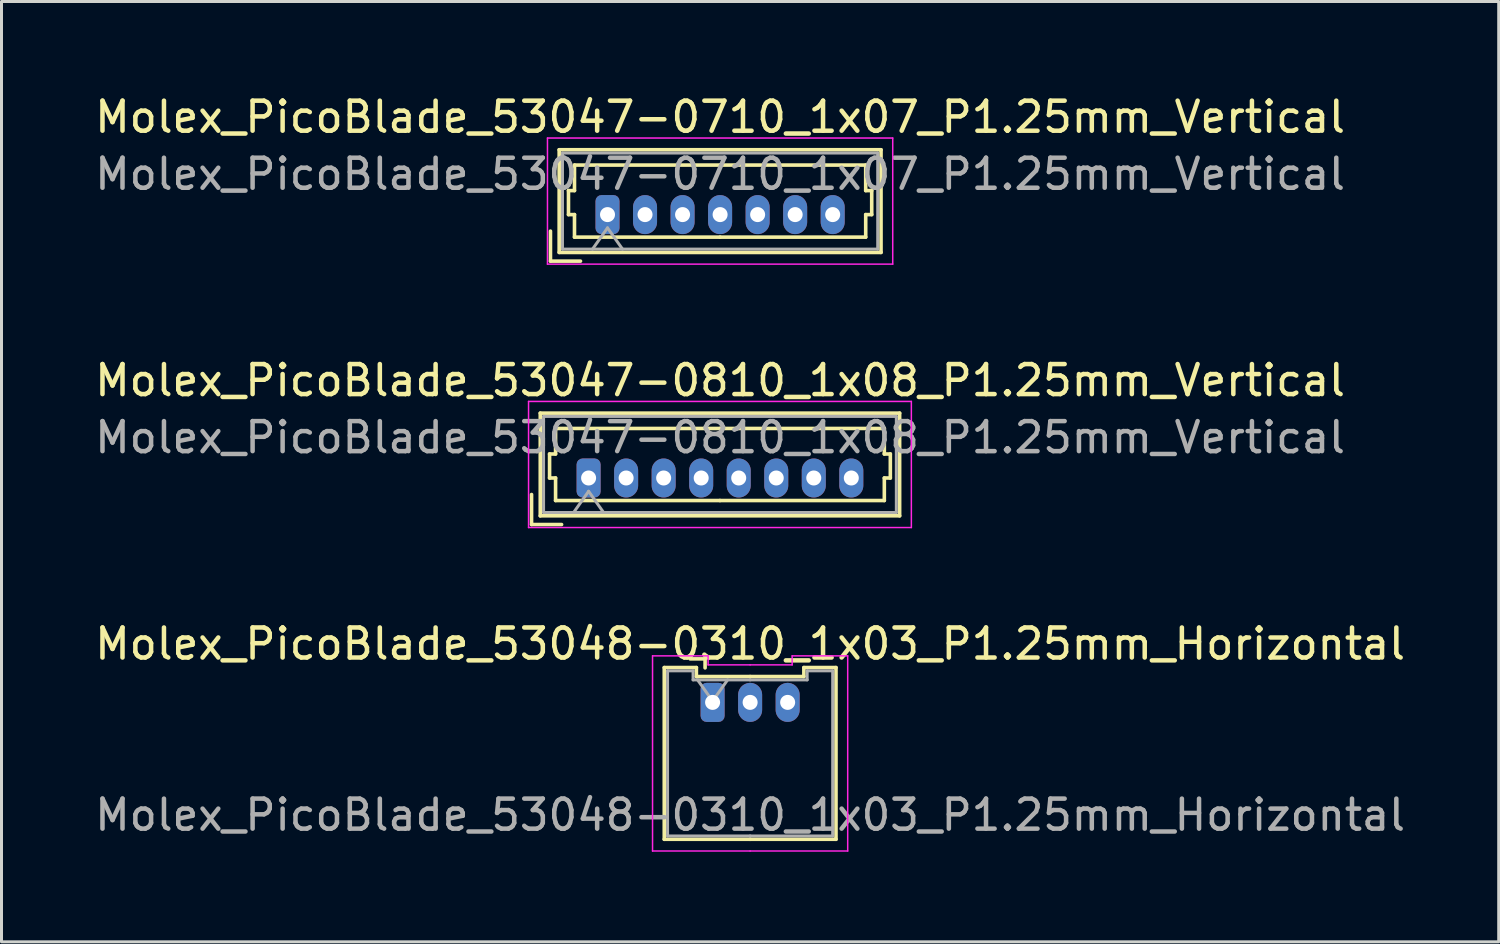
<source format=kicad_pcb>
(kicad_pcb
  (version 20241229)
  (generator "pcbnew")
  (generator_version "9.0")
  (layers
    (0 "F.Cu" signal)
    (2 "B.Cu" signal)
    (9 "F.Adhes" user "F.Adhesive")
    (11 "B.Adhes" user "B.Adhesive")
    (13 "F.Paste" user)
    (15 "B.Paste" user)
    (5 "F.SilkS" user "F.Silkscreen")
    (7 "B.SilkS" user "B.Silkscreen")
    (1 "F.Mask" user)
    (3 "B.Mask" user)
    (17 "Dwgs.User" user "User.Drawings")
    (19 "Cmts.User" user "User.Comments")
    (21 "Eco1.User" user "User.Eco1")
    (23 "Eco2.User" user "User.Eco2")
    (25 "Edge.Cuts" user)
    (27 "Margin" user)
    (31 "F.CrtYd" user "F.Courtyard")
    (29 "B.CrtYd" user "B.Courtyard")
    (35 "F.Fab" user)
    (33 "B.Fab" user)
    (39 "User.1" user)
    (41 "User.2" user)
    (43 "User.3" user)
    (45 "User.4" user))
  (footprint "Molex_PicoBlade_53047-0810_1x08_P1.25mm_Vertical"
    (layer "F.Cu")
    (at 16.555 12.871)
    (property "Reference" "Molex_PicoBlade_53047-0810_1x08_P1.25mm_Vertical" (at 4.38 -3.25 0) (layer "F.SilkS") (effects (font (size 1 1) (thickness 0.15))))
    (attr through_hole)
    (fp_line (start -1.9 1.55) (end -1.9 0.55) (stroke (width 0.12) (type solid)) (layer "F.SilkS"))
    (fp_line (start -1.9 1.55) (end -0.9 1.55) (stroke (width 0.12) (type solid)) (layer "F.SilkS"))
    (fp_line (start -1.61 -2.16) (end -1.61 1.26) (stroke (width 0.12) (type solid)) (layer "F.SilkS"))
    (fp_line (start -1.61 1.26) (end 10.36 1.26) (stroke (width 0.12) (type solid)) (layer "F.SilkS"))
    (fp_line (start -1.3 -0.8) (end -1.1 -0.8) (stroke (width 0.12) (type solid)) (layer "F.SilkS"))
    (fp_line (start -1.3 0) (end -1.3 -0.8) (stroke (width 0.12) (type solid)) (layer "F.SilkS"))
    (fp_line (start -1.1 -1.65) (end 4.375 -1.65) (stroke (width 0.12) (type solid)) (layer "F.SilkS"))
    (fp_line (start -1.1 -0.8) (end -1.1 -1.65) (stroke (width 0.12) (type solid)) (layer "F.SilkS"))
    (fp_line (start -1.1 0) (end -1.3 0) (stroke (width 0.12) (type solid)) (layer "F.SilkS"))
    (fp_line (start -1.1 0.75) (end -1.1 0) (stroke (width 0.12) (type solid)) (layer "F.SilkS"))
    (fp_line (start 4.375 0.75) (end -1.1 0.75) (stroke (width 0.12) (type solid)) (layer "F.SilkS"))
    (fp_line (start 4.375 0.75) (end 9.85 0.75) (stroke (width 0.12) (type solid)) (layer "F.SilkS"))
    (fp_line (start 9.85 -1.65) (end 4.375 -1.65) (stroke (width 0.12) (type solid)) (layer "F.SilkS"))
    (fp_line (start 9.85 -0.8) (end 9.85 -1.65) (stroke (width 0.12) (type solid)) (layer "F.SilkS"))
    (fp_line (start 9.85 0) (end 10.05 0) (stroke (width 0.12) (type solid)) (layer "F.SilkS"))
    (fp_line (start 9.85 0.75) (end 9.85 0) (stroke (width 0.12) (type solid)) (layer "F.SilkS"))
    (fp_line (start 10.05 -0.8) (end 9.85 -0.8) (stroke (width 0.12) (type solid)) (layer "F.SilkS"))
    (fp_line (start 10.05 0) (end 10.05 -0.8) (stroke (width 0.12) (type solid)) (layer "F.SilkS"))
    (fp_line (start 10.36 -2.16) (end -1.61 -2.16) (stroke (width 0.12) (type solid)) (layer "F.SilkS"))
    (fp_line (start 10.36 1.26) (end 10.36 -2.16) (stroke (width 0.12) (type solid)) (layer "F.SilkS"))
    (fp_line (start -2 -2.55) (end -2 1.65) (stroke (width 0.05) (type solid)) (layer "F.CrtYd"))
    (fp_line (start -2 1.65) (end 10.75 1.65) (stroke (width 0.05) (type solid)) (layer "F.CrtYd"))
    (fp_line (start 10.75 -2.55) (end -2 -2.55) (stroke (width 0.05) (type solid)) (layer "F.CrtYd"))
    (fp_line (start 10.75 1.65) (end 10.75 -2.55) (stroke (width 0.05) (type solid)) (layer "F.CrtYd"))
    (fp_line (start -1.5 -2.05) (end -1.5 1.15) (stroke (width 0.1) (type solid)) (layer "F.Fab"))
    (fp_line (start -1.5 1.15) (end 10.25 1.15) (stroke (width 0.1) (type solid)) (layer "F.Fab"))
    (fp_line (start -0.5 1.15) (end 0 0.443) (stroke (width 0.1) (type solid)) (layer "F.Fab"))
    (fp_line (start 0 0.443) (end 0.5 1.15) (stroke (width 0.1) (type solid)) (layer "F.Fab"))
    (fp_line (start 10.25 -2.05) (end -1.5 -2.05) (stroke (width 0.1) (type solid)) (layer "F.Fab"))
    (fp_line (start 10.25 1.15) (end 10.25 -2.05) (stroke (width 0.1) (type solid)) (layer "F.Fab"))
    (fp_text user "${REFERENCE}" (at 4.38 -1.35 0) (layer "F.Fab") (effects (font (size 1 1) (thickness 0.15))))
    (pad "1" thru_hole roundrect (at 0 0) (size 0.8 1.3) (drill 0.5) (layers "*.Cu" "*.Mask") (roundrect_rratio 0.25))
    (pad "2" thru_hole oval (at 1.25 0) (size 0.8 1.3) (drill 0.5) (layers "*.Cu" "*.Mask"))
    (pad "3" thru_hole oval (at 2.5 0) (size 0.8 1.3) (drill 0.5) (layers "*.Cu" "*.Mask"))
    (pad "4" thru_hole oval (at 3.75 0) (size 0.8 1.3) (drill 0.5) (layers "*.Cu" "*.Mask"))
    (pad "5" thru_hole oval (at 5 0) (size 0.8 1.3) (drill 0.5) (layers "*.Cu" "*.Mask"))
    (pad "6" thru_hole oval (at 6.25 0) (size 0.8 1.3) (drill 0.5) (layers "*.Cu" "*.Mask"))
    (pad "7" thru_hole oval (at 7.5 0) (size 0.8 1.3) (drill 0.5) (layers "*.Cu" "*.Mask"))
    (pad "8" thru_hole oval (at 8.75 0) (size 0.8 1.3) (drill 0.5) (layers "*.Cu" "*.Mask")))
  (footprint "Molex_PicoBlade_53047-0710_1x07_P1.25mm_Vertical"
    (layer "F.Cu")
    (at 17.185 4.098)
    (property "Reference" "Molex_PicoBlade_53047-0710_1x07_P1.25mm_Vertical" (at 3.75 -3.25 0) (layer "F.SilkS") (effects (font (size 1 1) (thickness 0.15))))
    (attr through_hole)
    (fp_line (start -1.9 1.55) (end -1.9 0.55) (stroke (width 0.12) (type solid)) (layer "F.SilkS"))
    (fp_line (start -1.9 1.55) (end -0.9 1.55) (stroke (width 0.12) (type solid)) (layer "F.SilkS"))
    (fp_line (start -1.61 -2.16) (end -1.61 1.26) (stroke (width 0.12) (type solid)) (layer "F.SilkS"))
    (fp_line (start -1.61 1.26) (end 9.11 1.26) (stroke (width 0.12) (type solid)) (layer "F.SilkS"))
    (fp_line (start -1.3 -0.8) (end -1.1 -0.8) (stroke (width 0.12) (type solid)) (layer "F.SilkS"))
    (fp_line (start -1.3 0) (end -1.3 -0.8) (stroke (width 0.12) (type solid)) (layer "F.SilkS"))
    (fp_line (start -1.1 -1.65) (end 3.75 -1.65) (stroke (width 0.12) (type solid)) (layer "F.SilkS"))
    (fp_line (start -1.1 -0.8) (end -1.1 -1.65) (stroke (width 0.12) (type solid)) (layer "F.SilkS"))
    (fp_line (start -1.1 0) (end -1.3 0) (stroke (width 0.12) (type solid)) (layer "F.SilkS"))
    (fp_line (start -1.1 0.75) (end -1.1 0) (stroke (width 0.12) (type solid)) (layer "F.SilkS"))
    (fp_line (start 3.75 0.75) (end -1.1 0.75) (stroke (width 0.12) (type solid)) (layer "F.SilkS"))
    (fp_line (start 3.75 0.75) (end 8.6 0.75) (stroke (width 0.12) (type solid)) (layer "F.SilkS"))
    (fp_line (start 8.6 -1.65) (end 3.75 -1.65) (stroke (width 0.12) (type solid)) (layer "F.SilkS"))
    (fp_line (start 8.6 -0.8) (end 8.6 -1.65) (stroke (width 0.12) (type solid)) (layer "F.SilkS"))
    (fp_line (start 8.6 0) (end 8.8 0) (stroke (width 0.12) (type solid)) (layer "F.SilkS"))
    (fp_line (start 8.6 0.75) (end 8.6 0) (stroke (width 0.12) (type solid)) (layer "F.SilkS"))
    (fp_line (start 8.8 -0.8) (end 8.6 -0.8) (stroke (width 0.12) (type solid)) (layer "F.SilkS"))
    (fp_line (start 8.8 0) (end 8.8 -0.8) (stroke (width 0.12) (type solid)) (layer "F.SilkS"))
    (fp_line (start 9.11 -2.16) (end -1.61 -2.16) (stroke (width 0.12) (type solid)) (layer "F.SilkS"))
    (fp_line (start 9.11 1.26) (end 9.11 -2.16) (stroke (width 0.12) (type solid)) (layer "F.SilkS"))
    (fp_line (start -2 -2.55) (end -2 1.65) (stroke (width 0.05) (type solid)) (layer "F.CrtYd"))
    (fp_line (start -2 1.65) (end 9.5 1.65) (stroke (width 0.05) (type solid)) (layer "F.CrtYd"))
    (fp_line (start 9.5 -2.55) (end -2 -2.55) (stroke (width 0.05) (type solid)) (layer "F.CrtYd"))
    (fp_line (start 9.5 1.65) (end 9.5 -2.55) (stroke (width 0.05) (type solid)) (layer "F.CrtYd"))
    (fp_line (start -1.5 -2.05) (end -1.5 1.15) (stroke (width 0.1) (type solid)) (layer "F.Fab"))
    (fp_line (start -1.5 1.15) (end 9 1.15) (stroke (width 0.1) (type solid)) (layer "F.Fab"))
    (fp_line (start -0.5 1.15) (end 0 0.443) (stroke (width 0.1) (type solid)) (layer "F.Fab"))
    (fp_line (start 0 0.443) (end 0.5 1.15) (stroke (width 0.1) (type solid)) (layer "F.Fab"))
    (fp_line (start 9 -2.05) (end -1.5 -2.05) (stroke (width 0.1) (type solid)) (layer "F.Fab"))
    (fp_line (start 9 1.15) (end 9 -2.05) (stroke (width 0.1) (type solid)) (layer "F.Fab"))
    (fp_text user "${REFERENCE}" (at 3.75 -1.35 0) (layer "F.Fab") (effects (font (size 1 1) (thickness 0.15))))
    (pad "1" thru_hole roundrect (at 0 0) (size 0.8 1.3) (drill 0.5) (layers "*.Cu" "*.Mask") (roundrect_rratio 0.25))
    (pad "2" thru_hole oval (at 1.25 0) (size 0.8 1.3) (drill 0.5) (layers "*.Cu" "*.Mask"))
    (pad "3" thru_hole oval (at 2.5 0) (size 0.8 1.3) (drill 0.5) (layers "*.Cu" "*.Mask"))
    (pad "4" thru_hole oval (at 3.75 0) (size 0.8 1.3) (drill 0.5) (layers "*.Cu" "*.Mask"))
    (pad "5" thru_hole oval (at 5 0) (size 0.8 1.3) (drill 0.5) (layers "*.Cu" "*.Mask"))
    (pad "6" thru_hole oval (at 6.25 0) (size 0.8 1.3) (drill 0.5) (layers "*.Cu" "*.Mask"))
    (pad "7" thru_hole oval (at 7.5 0) (size 0.8 1.3) (drill 0.5) (layers "*.Cu" "*.Mask")))
  (footprint "Molex_PicoBlade_53048-0310_1x03_P1.25mm_Horizontal"
    (layer "F.Cu")
    (at 20.685 20.345)
    (property "Reference" "Molex_PicoBlade_53048-0310_1x03_P1.25mm_Horizontal" (at 1.25 -1.95 0) (layer "F.SilkS") (effects (font (size 1 1) (thickness 0.15))))
    (attr through_hole)
    (fp_line (start -1.61 -1.16) (end -1.61 4.56) (stroke (width 0.12) (type solid)) (layer "F.SilkS"))
    (fp_line (start -1.61 4.56) (end 1.25 4.56) (stroke (width 0.12) (type solid)) (layer "F.SilkS"))
    (fp_line (start -0.54 -1.16) (end -1.61 -1.16) (stroke (width 0.12) (type solid)) (layer "F.SilkS"))
    (fp_line (start -0.54 -0.86) (end -0.54 -1.16) (stroke (width 0.12) (type solid)) (layer "F.SilkS"))
    (fp_line (start -0.25 -1.45) (end -0.75 -1.45) (stroke (width 0.12) (type solid)) (layer "F.SilkS"))
    (fp_line (start -0.25 -1.15) (end -0.25 -1.45) (stroke (width 0.12) (type solid)) (layer "F.SilkS"))
    (fp_line (start 1.25 -0.86) (end -0.54 -0.86) (stroke (width 0.12) (type solid)) (layer "F.SilkS"))
    (fp_line (start 1.25 -0.86) (end 3.04 -0.86) (stroke (width 0.12) (type solid)) (layer "F.SilkS"))
    (fp_line (start 3.04 -1.16) (end 4.11 -1.16) (stroke (width 0.12) (type solid)) (layer "F.SilkS"))
    (fp_line (start 3.04 -0.86) (end 3.04 -1.16) (stroke (width 0.12) (type solid)) (layer "F.SilkS"))
    (fp_line (start 4.11 -1.16) (end 4.11 4.56) (stroke (width 0.12) (type solid)) (layer "F.SilkS"))
    (fp_line (start 4.11 4.56) (end 1.25 4.56) (stroke (width 0.12) (type solid)) (layer "F.SilkS"))
    (fp_line (start -2 -1.55) (end -2 4.95) (stroke (width 0.05) (type solid)) (layer "F.CrtYd"))
    (fp_line (start -2 4.95) (end 1.25 4.95) (stroke (width 0.05) (type solid)) (layer "F.CrtYd"))
    (fp_line (start -0.15 -1.55) (end -2 -1.55) (stroke (width 0.05) (type solid)) (layer "F.CrtYd"))
    (fp_line (start -0.15 -1.25) (end -0.15 -1.55) (stroke (width 0.05) (type solid)) (layer "F.CrtYd"))
    (fp_line (start 1.25 -1.25) (end -0.15 -1.25) (stroke (width 0.05) (type solid)) (layer "F.CrtYd"))
    (fp_line (start 1.25 -1.25) (end 2.65 -1.25) (stroke (width 0.05) (type solid)) (layer "F.CrtYd"))
    (fp_line (start 2.65 -1.55) (end 4.5 -1.55) (stroke (width 0.05) (type solid)) (layer "F.CrtYd"))
    (fp_line (start 2.65 -1.25) (end 2.65 -1.55) (stroke (width 0.05) (type solid)) (layer "F.CrtYd"))
    (fp_line (start 4.5 -1.55) (end 4.5 4.95) (stroke (width 0.05) (type solid)) (layer "F.CrtYd"))
    (fp_line (start 4.5 4.95) (end 1.25 4.95) (stroke (width 0.05) (type solid)) (layer "F.CrtYd"))
    (fp_line (start -1.5 -1.05) (end -1.5 4.45) (stroke (width 0.1) (type solid)) (layer "F.Fab"))
    (fp_line (start -1.5 4.45) (end 1.25 4.45) (stroke (width 0.1) (type solid)) (layer "F.Fab"))
    (fp_line (start -0.65 -1.05) (end -1.5 -1.05) (stroke (width 0.1) (type solid)) (layer "F.Fab"))
    (fp_line (start -0.65 -0.75) (end -0.65 -1.05) (stroke (width 0.1) (type solid)) (layer "F.Fab"))
    (fp_line (start -0.5 -0.75) (end 0 -0.043) (stroke (width 0.1) (type solid)) (layer "F.Fab"))
    (fp_line (start 0 -0.043) (end 0.5 -0.75) (stroke (width 0.1) (type solid)) (layer "F.Fab"))
    (fp_line (start 1.25 -0.75) (end -0.65 -0.75) (stroke (width 0.1) (type solid)) (layer "F.Fab"))
    (fp_line (start 1.25 -0.75) (end 3.15 -0.75) (stroke (width 0.1) (type solid)) (layer "F.Fab"))
    (fp_line (start 3.15 -1.05) (end 4 -1.05) (stroke (width 0.1) (type solid)) (layer "F.Fab"))
    (fp_line (start 3.15 -0.75) (end 3.15 -1.05) (stroke (width 0.1) (type solid)) (layer "F.Fab"))
    (fp_line (start 4 -1.05) (end 4 4.45) (stroke (width 0.1) (type solid)) (layer "F.Fab"))
    (fp_line (start 4 4.45) (end 1.25 4.45) (stroke (width 0.1) (type solid)) (layer "F.Fab"))
    (fp_text user "${REFERENCE}" (at 1.25 3.75 0) (layer "F.Fab") (effects (font (size 1 1) (thickness 0.15))))
    (pad "1" thru_hole roundrect (at 0 0) (size 0.8 1.3) (drill 0.5) (layers "*.Cu" "*.Mask") (roundrect_rratio 0.25))
    (pad "2" thru_hole oval (at 1.25 0) (size 0.8 1.3) (drill 0.5) (layers "*.Cu" "*.Mask"))
    (pad "3" thru_hole oval (at 2.5 0) (size 0.8 1.3) (drill 0.5) (layers "*.Cu" "*.Mask")))
  (gr_rect
    (start -3 -3)
    (end 46.869 28.32)
    (stroke (width 0.1) (type default))
    (fill no)
    (layer "Edge.Cuts")))
</source>
